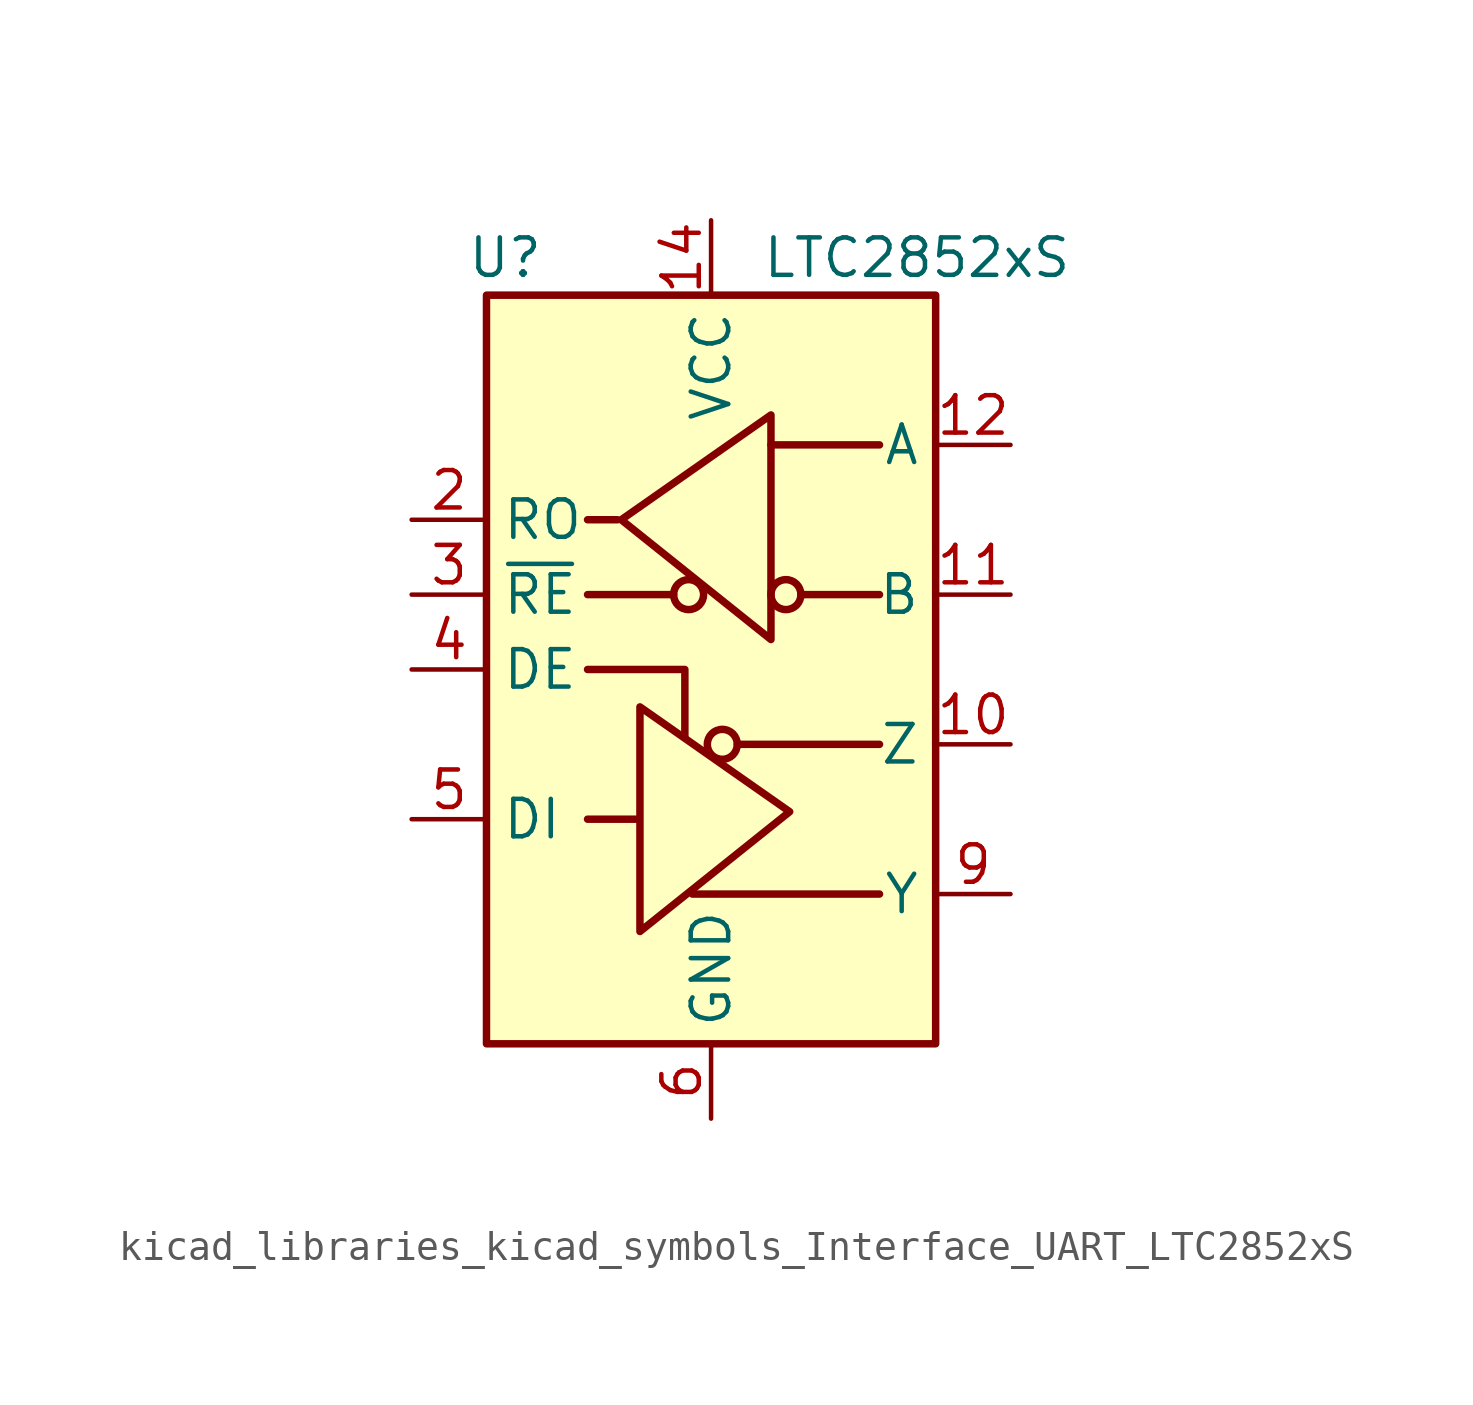
<source format=kicad_sym>
(kicad_symbol_lib
  (version 20220914)
  (generator kicad_symbol_editor)
  (symbol "kicad_libraries_kicad_symbols_Interface_UART_LTC2852xS"
    (property "Reference" "U"
      (at -6.985 13.97 0)
      (effects (font (size 1.27 1.27))))
    (property "Value" "LTC2852xS"
      (at 6.985 13.97 0)
      (effects (font (size 1.27 1.27))))
    (symbol "kicad_libraries_kicad_symbols_Interface_UART_LTC2852xS_0_1"
      (rectangle (start -7.62 12.7) (end 7.62 -12.7) (stroke (width 0.254) (type default)) (fill (type background))))
    (symbol "kicad_libraries_kicad_symbols_Interface_UART_LTC2852xS_1_1"
      (circle (center -0.762 2.54) (radius 0.508) (stroke (width 0.254) (type default)) (fill (type none)))
      (polyline (pts (xy -4.191 2.54) (xy -1.27 2.54)) (stroke (width 0.254) (type default)) (fill (type none)))
      (polyline (pts (xy -2.54 -5.08) (xy -4.191 -5.08)) (stroke (width 0.254) (type default)) (fill (type none)))
      (polyline (pts (xy -0.635 -7.62) (xy 5.715 -7.62)) (stroke (width 0.254) (type default)) (fill (type none)))
      (polyline (pts (xy 0.889 -2.54) (xy 5.715 -2.54)) (stroke (width 0.254) (type default)) (fill (type none)))
      (polyline (pts (xy 2.032 7.62) (xy 5.715 7.62)) (stroke (width 0.254) (type default)) (fill (type none)))
      (polyline (pts (xy 3.048 2.54) (xy 5.715 2.54)) (stroke (width 0.254) (type default)) (fill (type none)))
      (polyline (pts (xy -4.191 0) (xy -0.889 0) (xy -0.889 -2.286)) (stroke (width 0.254) (type default)) (fill (type none)))
      (polyline (pts (xy -3.175 5.08) (xy -4.191 5.08) (xy -4.064 5.08)) (stroke (width 0.254) (type default)) (fill (type none)))
      (polyline (pts (xy -2.413 -5.08) (xy -2.413 -1.27) (xy 2.667 -4.826) (xy -2.413 -8.89) (xy -2.413 -5.08)) (stroke (width 0.254) (type default)) (fill (type none)))
      (polyline (pts (xy 2.032 4.826) (xy 2.032 8.636) (xy -3.048 5.08) (xy 2.032 1.016) (xy 2.032 4.826)) (stroke (width 0.254) (type default)) (fill (type none)))
      (circle (center 0.381 -2.54) (radius 0.508) (stroke (width 0.254) (type default)) (fill (type none)))
      (circle (center 2.54 2.54) (radius 0.508) (stroke (width 0.254) (type default)) (fill (type none)))
      (pin no_connect line (at -7.62 -10.16 0) (length 2.54) hide (name "NC" (effects (font (size 1.27 1.27)))) (number "1" (effects (font (size 1.27 1.27)))))
      (pin output line (at 10.16 -2.54 180) (length 2.54) (name "Z" (effects (font (size 1.27 1.27)))) (number "10" (effects (font (size 1.27 1.27)))))
      (pin input line (at 10.16 2.54 180) (length 2.54) (name "B" (effects (font (size 1.27 1.27)))) (number "11" (effects (font (size 1.27 1.27)))))
      (pin input line (at 10.16 7.62 180) (length 2.54) (name "A" (effects (font (size 1.27 1.27)))) (number "12" (effects (font (size 1.27 1.27)))))
      (pin no_connect line (at -7.62 7.62 0) (length 2.54) hide (name "NC" (effects (font (size 1.27 1.27)))) (number "13" (effects (font (size 1.27 1.27)))))
      (pin power_in line (at 0 15.24 270) (length 2.54) (name "VCC" (effects (font (size 1.27 1.27)))) (number "14" (effects (font (size 1.27 1.27)))))
      (pin output line (at -10.16 5.08 0) (length 2.54) (name "RO" (effects (font (size 1.27 1.27)))) (number "2" (effects (font (size 1.27 1.27)))))
      (pin input line (at -10.16 2.54 0) (length 2.54) (name "~{RE}" (effects (font (size 1.27 1.27)))) (number "3" (effects (font (size 1.27 1.27)))))
      (pin input line (at -10.16 0 0) (length 2.54) (name "DE" (effects (font (size 1.27 1.27)))) (number "4" (effects (font (size 1.27 1.27)))))
      (pin input line (at -10.16 -5.08 0) (length 2.54) (name "DI" (effects (font (size 1.27 1.27)))) (number "5" (effects (font (size 1.27 1.27)))))
      (pin power_in line (at 0 -15.24 90) (length 2.54) (name "GND" (effects (font (size 1.27 1.27)))) (number "6" (effects (font (size 1.27 1.27)))))
      (pin passive line (at 0 -15.24 90) (length 2.54) hide (name "GND" (effects (font (size 1.27 1.27)))) (number "7" (effects (font (size 1.27 1.27)))))
      (pin no_connect line (at -7.62 -7.62 0) (length 2.54) hide (name "NC" (effects (font (size 1.27 1.27)))) (number "8" (effects (font (size 1.27 1.27)))))
      (pin output line (at 10.16 -7.62 180) (length 2.54) (name "Y" (effects (font (size 1.27 1.27)))) (number "9" (effects (font (size 1.27 1.27))))))))
</source>
